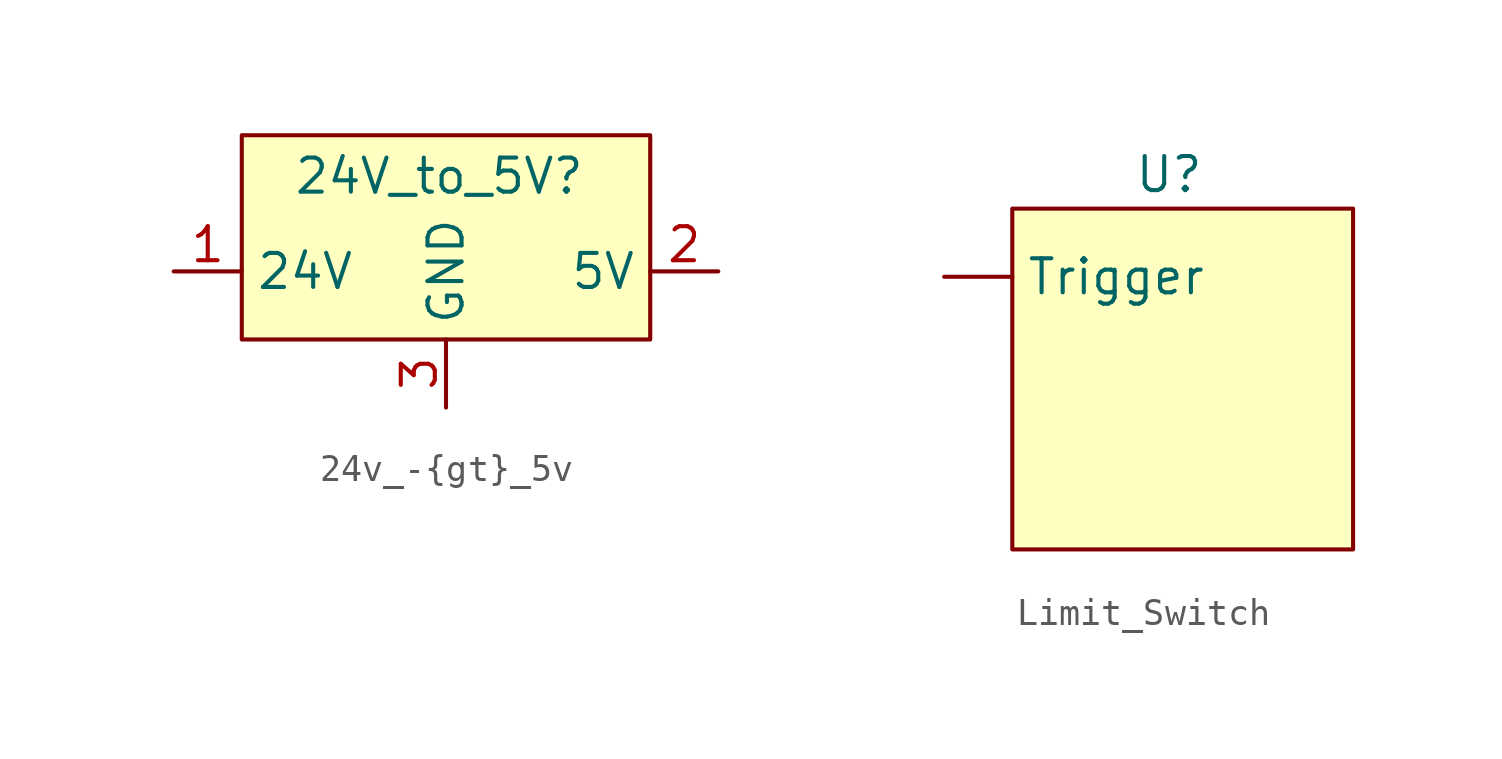
<source format=kicad_sym>
(kicad_symbol_lib
  (version 20241209)
  (generator "kicad_symbol_editor")
  (generator_version "9.0")
  (symbol "24v_-{gt}_5v"
    (property "Reference" "24V_to_5V"
      (at 2.286 1.016 0)
      (effects (font (size 1.27 1.27))))
    (property "Value" ""
      (at 0 0 0)
      (effects (font (size 1.27 1.27))))
    (symbol "24v_-{gt}_5v_1_1"
      (rectangle (start -5.08 2.54) (end 10.16 -5.08) (stroke (width 0) (type solid)) (fill (type color) (color 255 255 194 1)))
      (pin input line (at -7.62 -2.54 0) (length 2.54) (name "24V" (effects (font (size 1.27 1.27)))) (number "1" (effects (font (size 1.27 1.27)))))
      (pin input line (at 2.54 -7.62 90) (length 2.54) (name "GND" (effects (font (size 1.27 1.27)))) (number "3" (effects (font (size 1.27 1.27)))))
      (pin input line (at 12.7 -2.54 180) (length 2.54) (name "5V" (effects (font (size 1.27 1.27)))) (number "2" (effects (font (size 1.27 1.27)))))))
  (symbol "Limit_Switch"
    (property "Reference" "U"
      (at -3.048 0 0)
      (effects (font (size 1.27 1.27))))
    (property "Value" ""
      (at 0 0 0)
      (effects (font (size 1.27 1.27))))
    (symbol "Limit_Switch_0_1"
      (rectangle (start -8.89 -1.27) (end 3.81 -13.97) (stroke (width 0) (type default)) (fill (type background))))
    (symbol "Limit_Switch_1_1"
      (pin input line (at -11.43 -3.81 0) (length 2.54) (name "Trigger" (effects (font (size 1.27 1.27)))) (number "" (effects (font (size 1.27 1.27))))))))
</source>
